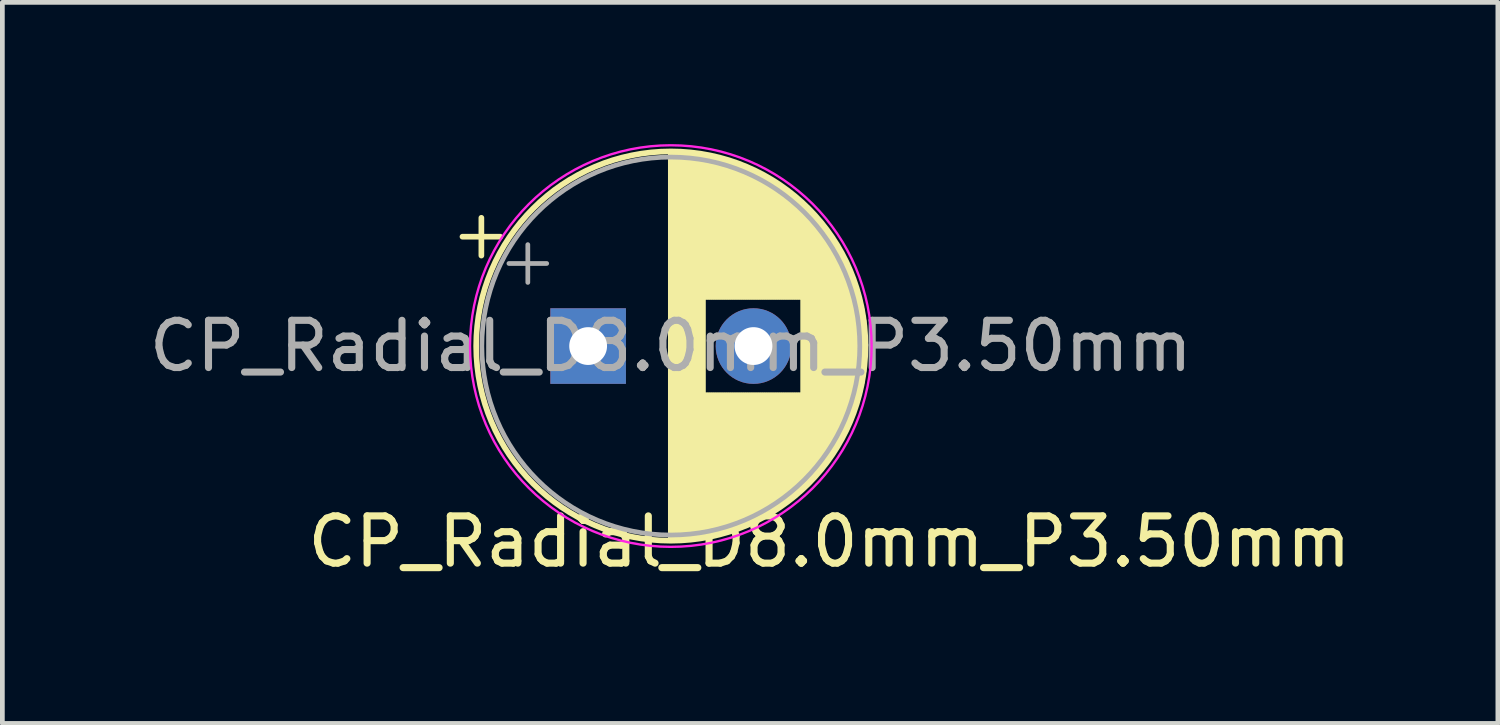
<source format=kicad_pcb>
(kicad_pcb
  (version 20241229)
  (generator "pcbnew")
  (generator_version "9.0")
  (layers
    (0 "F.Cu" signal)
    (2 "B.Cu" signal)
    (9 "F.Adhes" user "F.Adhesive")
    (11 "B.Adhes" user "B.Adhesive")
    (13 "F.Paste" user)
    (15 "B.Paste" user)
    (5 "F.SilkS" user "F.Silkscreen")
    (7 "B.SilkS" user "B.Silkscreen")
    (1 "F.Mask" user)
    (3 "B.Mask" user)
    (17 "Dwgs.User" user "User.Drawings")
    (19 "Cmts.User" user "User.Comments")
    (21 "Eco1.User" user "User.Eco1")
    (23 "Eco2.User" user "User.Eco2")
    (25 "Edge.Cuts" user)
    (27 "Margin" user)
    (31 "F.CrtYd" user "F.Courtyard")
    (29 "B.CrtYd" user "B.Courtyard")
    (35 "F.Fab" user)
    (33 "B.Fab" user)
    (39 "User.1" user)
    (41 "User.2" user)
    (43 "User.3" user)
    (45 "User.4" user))
  (footprint "CP_Radial_D8.0mm_P3.50mm"
    (layer "F.Cu")
    (at 9.399 4.275)
    (property "Reference" "CP_Radial_D8.0mm_P3.50mm" (at 5.107 4.14 0) (layer "F.SilkS") (effects (font (size 1 1) (thickness 0.15))))
    (attr through_hole)
    (fp_line (start -2.66 -2.315) (end -1.86 -2.315) (stroke (width 0.12) (type solid)) (layer "F.SilkS"))
    (fp_line (start -2.26 -2.715) (end -2.26 -1.915) (stroke (width 0.12) (type solid)) (layer "F.SilkS"))
    (fp_line (start 1.75 -4.08) (end 1.75 4.08) (stroke (width 0.12) (type solid)) (layer "F.SilkS"))
    (fp_line (start 1.79 -4.08) (end 1.79 4.08) (stroke (width 0.12) (type solid)) (layer "F.SilkS"))
    (fp_line (start 1.83 -4.08) (end 1.83 4.08) (stroke (width 0.12) (type solid)) (layer "F.SilkS"))
    (fp_line (start 1.87 -4.079) (end 1.87 4.079) (stroke (width 0.12) (type solid)) (layer "F.SilkS"))
    (fp_line (start 1.91 -4.077) (end 1.91 4.077) (stroke (width 0.12) (type solid)) (layer "F.SilkS"))
    (fp_line (start 1.95 -4.076) (end 1.95 4.076) (stroke (width 0.12) (type solid)) (layer "F.SilkS"))
    (fp_line (start 1.99 -4.074) (end 1.99 4.074) (stroke (width 0.12) (type solid)) (layer "F.SilkS"))
    (fp_line (start 2.03 -4.071) (end 2.03 4.071) (stroke (width 0.12) (type solid)) (layer "F.SilkS"))
    (fp_line (start 2.07 -4.068) (end 2.07 4.068) (stroke (width 0.12) (type solid)) (layer "F.SilkS"))
    (fp_line (start 2.11 -4.065) (end 2.11 4.065) (stroke (width 0.12) (type solid)) (layer "F.SilkS"))
    (fp_line (start 2.15 -4.061) (end 2.15 4.061) (stroke (width 0.12) (type solid)) (layer "F.SilkS"))
    (fp_line (start 2.19 -4.057) (end 2.19 4.057) (stroke (width 0.12) (type solid)) (layer "F.SilkS"))
    (fp_line (start 2.23 -4.052) (end 2.23 4.052) (stroke (width 0.12) (type solid)) (layer "F.SilkS"))
    (fp_line (start 2.27 -4.048) (end 2.27 4.048) (stroke (width 0.12) (type solid)) (layer "F.SilkS"))
    (fp_line (start 2.31 -4.042) (end 2.31 4.042) (stroke (width 0.12) (type solid)) (layer "F.SilkS"))
    (fp_line (start 2.35 -4.037) (end 2.35 4.037) (stroke (width 0.12) (type solid)) (layer "F.SilkS"))
    (fp_line (start 2.39 -4.03) (end 2.39 4.03) (stroke (width 0.12) (type solid)) (layer "F.SilkS"))
    (fp_line (start 2.43 -4.024) (end 2.43 4.024) (stroke (width 0.12) (type solid)) (layer "F.SilkS"))
    (fp_line (start 2.471 -4.017) (end 2.471 -1.04) (stroke (width 0.12) (type solid)) (layer "F.SilkS"))
    (fp_line (start 2.471 1.04) (end 2.471 4.017) (stroke (width 0.12) (type solid)) (layer "F.SilkS"))
    (fp_line (start 2.511 -4.01) (end 2.511 -1.04) (stroke (width 0.12) (type solid)) (layer "F.SilkS"))
    (fp_line (start 2.511 1.04) (end 2.511 4.01) (stroke (width 0.12) (type solid)) (layer "F.SilkS"))
    (fp_line (start 2.551 -4.002) (end 2.551 -1.04) (stroke (width 0.12) (type solid)) (layer "F.SilkS"))
    (fp_line (start 2.551 1.04) (end 2.551 4.002) (stroke (width 0.12) (type solid)) (layer "F.SilkS"))
    (fp_line (start 2.591 -3.994) (end 2.591 -1.04) (stroke (width 0.12) (type solid)) (layer "F.SilkS"))
    (fp_line (start 2.591 1.04) (end 2.591 3.994) (stroke (width 0.12) (type solid)) (layer "F.SilkS"))
    (fp_line (start 2.631 -3.985) (end 2.631 -1.04) (stroke (width 0.12) (type solid)) (layer "F.SilkS"))
    (fp_line (start 2.631 1.04) (end 2.631 3.985) (stroke (width 0.12) (type solid)) (layer "F.SilkS"))
    (fp_line (start 2.671 -3.976) (end 2.671 -1.04) (stroke (width 0.12) (type solid)) (layer "F.SilkS"))
    (fp_line (start 2.671 1.04) (end 2.671 3.976) (stroke (width 0.12) (type solid)) (layer "F.SilkS"))
    (fp_line (start 2.711 -3.967) (end 2.711 -1.04) (stroke (width 0.12) (type solid)) (layer "F.SilkS"))
    (fp_line (start 2.711 1.04) (end 2.711 3.967) (stroke (width 0.12) (type solid)) (layer "F.SilkS"))
    (fp_line (start 2.751 -3.957) (end 2.751 -1.04) (stroke (width 0.12) (type solid)) (layer "F.SilkS"))
    (fp_line (start 2.751 1.04) (end 2.751 3.957) (stroke (width 0.12) (type solid)) (layer "F.SilkS"))
    (fp_line (start 2.791 -3.947) (end 2.791 -1.04) (stroke (width 0.12) (type solid)) (layer "F.SilkS"))
    (fp_line (start 2.791 1.04) (end 2.791 3.947) (stroke (width 0.12) (type solid)) (layer "F.SilkS"))
    (fp_line (start 2.831 -3.936) (end 2.831 -1.04) (stroke (width 0.12) (type solid)) (layer "F.SilkS"))
    (fp_line (start 2.831 1.04) (end 2.831 3.936) (stroke (width 0.12) (type solid)) (layer "F.SilkS"))
    (fp_line (start 2.871 -3.925) (end 2.871 -1.04) (stroke (width 0.12) (type solid)) (layer "F.SilkS"))
    (fp_line (start 2.871 1.04) (end 2.871 3.925) (stroke (width 0.12) (type solid)) (layer "F.SilkS"))
    (fp_line (start 2.911 -3.914) (end 2.911 -1.04) (stroke (width 0.12) (type solid)) (layer "F.SilkS"))
    (fp_line (start 2.911 1.04) (end 2.911 3.914) (stroke (width 0.12) (type solid)) (layer "F.SilkS"))
    (fp_line (start 2.951 -3.902) (end 2.951 -1.04) (stroke (width 0.12) (type solid)) (layer "F.SilkS"))
    (fp_line (start 2.951 1.04) (end 2.951 3.902) (stroke (width 0.12) (type solid)) (layer "F.SilkS"))
    (fp_line (start 2.991 -3.889) (end 2.991 -1.04) (stroke (width 0.12) (type solid)) (layer "F.SilkS"))
    (fp_line (start 2.991 1.04) (end 2.991 3.889) (stroke (width 0.12) (type solid)) (layer "F.SilkS"))
    (fp_line (start 3.031 -3.877) (end 3.031 -1.04) (stroke (width 0.12) (type solid)) (layer "F.SilkS"))
    (fp_line (start 3.031 1.04) (end 3.031 3.877) (stroke (width 0.12) (type solid)) (layer "F.SilkS"))
    (fp_line (start 3.071 -3.863) (end 3.071 -1.04) (stroke (width 0.12) (type solid)) (layer "F.SilkS"))
    (fp_line (start 3.071 1.04) (end 3.071 3.863) (stroke (width 0.12) (type solid)) (layer "F.SilkS"))
    (fp_line (start 3.111 -3.85) (end 3.111 -1.04) (stroke (width 0.12) (type solid)) (layer "F.SilkS"))
    (fp_line (start 3.111 1.04) (end 3.111 3.85) (stroke (width 0.12) (type solid)) (layer "F.SilkS"))
    (fp_line (start 3.151 -3.835) (end 3.151 -1.04) (stroke (width 0.12) (type solid)) (layer "F.SilkS"))
    (fp_line (start 3.151 1.04) (end 3.151 3.835) (stroke (width 0.12) (type solid)) (layer "F.SilkS"))
    (fp_line (start 3.191 -3.821) (end 3.191 -1.04) (stroke (width 0.12) (type solid)) (layer "F.SilkS"))
    (fp_line (start 3.191 1.04) (end 3.191 3.821) (stroke (width 0.12) (type solid)) (layer "F.SilkS"))
    (fp_line (start 3.231 -3.805) (end 3.231 -1.04) (stroke (width 0.12) (type solid)) (layer "F.SilkS"))
    (fp_line (start 3.231 1.04) (end 3.231 3.805) (stroke (width 0.12) (type solid)) (layer "F.SilkS"))
    (fp_line (start 3.271 -3.79) (end 3.271 -1.04) (stroke (width 0.12) (type solid)) (layer "F.SilkS"))
    (fp_line (start 3.271 1.04) (end 3.271 3.79) (stroke (width 0.12) (type solid)) (layer "F.SilkS"))
    (fp_line (start 3.311 -3.774) (end 3.311 -1.04) (stroke (width 0.12) (type solid)) (layer "F.SilkS"))
    (fp_line (start 3.311 1.04) (end 3.311 3.774) (stroke (width 0.12) (type solid)) (layer "F.SilkS"))
    (fp_line (start 3.351 -3.757) (end 3.351 -1.04) (stroke (width 0.12) (type solid)) (layer "F.SilkS"))
    (fp_line (start 3.351 1.04) (end 3.351 3.757) (stroke (width 0.12) (type solid)) (layer "F.SilkS"))
    (fp_line (start 3.391 -3.74) (end 3.391 -1.04) (stroke (width 0.12) (type solid)) (layer "F.SilkS"))
    (fp_line (start 3.391 1.04) (end 3.391 3.74) (stroke (width 0.12) (type solid)) (layer "F.SilkS"))
    (fp_line (start 3.431 -3.722) (end 3.431 -1.04) (stroke (width 0.12) (type solid)) (layer "F.SilkS"))
    (fp_line (start 3.431 1.04) (end 3.431 3.722) (stroke (width 0.12) (type solid)) (layer "F.SilkS"))
    (fp_line (start 3.471 -3.704) (end 3.471 -1.04) (stroke (width 0.12) (type solid)) (layer "F.SilkS"))
    (fp_line (start 3.471 1.04) (end 3.471 3.704) (stroke (width 0.12) (type solid)) (layer "F.SilkS"))
    (fp_line (start 3.511 -3.686) (end 3.511 -1.04) (stroke (width 0.12) (type solid)) (layer "F.SilkS"))
    (fp_line (start 3.511 1.04) (end 3.511 3.686) (stroke (width 0.12) (type solid)) (layer "F.SilkS"))
    (fp_line (start 3.551 -3.666) (end 3.551 -1.04) (stroke (width 0.12) (type solid)) (layer "F.SilkS"))
    (fp_line (start 3.551 1.04) (end 3.551 3.666) (stroke (width 0.12) (type solid)) (layer "F.SilkS"))
    (fp_line (start 3.591 -3.647) (end 3.591 -1.04) (stroke (width 0.12) (type solid)) (layer "F.SilkS"))
    (fp_line (start 3.591 1.04) (end 3.591 3.647) (stroke (width 0.12) (type solid)) (layer "F.SilkS"))
    (fp_line (start 3.631 -3.627) (end 3.631 -1.04) (stroke (width 0.12) (type solid)) (layer "F.SilkS"))
    (fp_line (start 3.631 1.04) (end 3.631 3.627) (stroke (width 0.12) (type solid)) (layer "F.SilkS"))
    (fp_line (start 3.671 -3.606) (end 3.671 -1.04) (stroke (width 0.12) (type solid)) (layer "F.SilkS"))
    (fp_line (start 3.671 1.04) (end 3.671 3.606) (stroke (width 0.12) (type solid)) (layer "F.SilkS"))
    (fp_line (start 3.711 -3.584) (end 3.711 -1.04) (stroke (width 0.12) (type solid)) (layer "F.SilkS"))
    (fp_line (start 3.711 1.04) (end 3.711 3.584) (stroke (width 0.12) (type solid)) (layer "F.SilkS"))
    (fp_line (start 3.751 -3.562) (end 3.751 -1.04) (stroke (width 0.12) (type solid)) (layer "F.SilkS"))
    (fp_line (start 3.751 1.04) (end 3.751 3.562) (stroke (width 0.12) (type solid)) (layer "F.SilkS"))
    (fp_line (start 3.791 -3.54) (end 3.791 -1.04) (stroke (width 0.12) (type solid)) (layer "F.SilkS"))
    (fp_line (start 3.791 1.04) (end 3.791 3.54) (stroke (width 0.12) (type solid)) (layer "F.SilkS"))
    (fp_line (start 3.831 -3.517) (end 3.831 -1.04) (stroke (width 0.12) (type solid)) (layer "F.SilkS"))
    (fp_line (start 3.831 1.04) (end 3.831 3.517) (stroke (width 0.12) (type solid)) (layer "F.SilkS"))
    (fp_line (start 3.871 -3.493) (end 3.871 -1.04) (stroke (width 0.12) (type solid)) (layer "F.SilkS"))
    (fp_line (start 3.871 1.04) (end 3.871 3.493) (stroke (width 0.12) (type solid)) (layer "F.SilkS"))
    (fp_line (start 3.911 -3.469) (end 3.911 -1.04) (stroke (width 0.12) (type solid)) (layer "F.SilkS"))
    (fp_line (start 3.911 1.04) (end 3.911 3.469) (stroke (width 0.12) (type solid)) (layer "F.SilkS"))
    (fp_line (start 3.951 -3.444) (end 3.951 -1.04) (stroke (width 0.12) (type solid)) (layer "F.SilkS"))
    (fp_line (start 3.951 1.04) (end 3.951 3.444) (stroke (width 0.12) (type solid)) (layer "F.SilkS"))
    (fp_line (start 3.991 -3.418) (end 3.991 -1.04) (stroke (width 0.12) (type solid)) (layer "F.SilkS"))
    (fp_line (start 3.991 1.04) (end 3.991 3.418) (stroke (width 0.12) (type solid)) (layer "F.SilkS"))
    (fp_line (start 4.031 -3.392) (end 4.031 -1.04) (stroke (width 0.12) (type solid)) (layer "F.SilkS"))
    (fp_line (start 4.031 1.04) (end 4.031 3.392) (stroke (width 0.12) (type solid)) (layer "F.SilkS"))
    (fp_line (start 4.071 -3.365) (end 4.071 -1.04) (stroke (width 0.12) (type solid)) (layer "F.SilkS"))
    (fp_line (start 4.071 1.04) (end 4.071 3.365) (stroke (width 0.12) (type solid)) (layer "F.SilkS"))
    (fp_line (start 4.111 -3.338) (end 4.111 -1.04) (stroke (width 0.12) (type solid)) (layer "F.SilkS"))
    (fp_line (start 4.111 1.04) (end 4.111 3.338) (stroke (width 0.12) (type solid)) (layer "F.SilkS"))
    (fp_line (start 4.151 -3.309) (end 4.151 -1.04) (stroke (width 0.12) (type solid)) (layer "F.SilkS"))
    (fp_line (start 4.151 1.04) (end 4.151 3.309) (stroke (width 0.12) (type solid)) (layer "F.SilkS"))
    (fp_line (start 4.191 -3.28) (end 4.191 -1.04) (stroke (width 0.12) (type solid)) (layer "F.SilkS"))
    (fp_line (start 4.191 1.04) (end 4.191 3.28) (stroke (width 0.12) (type solid)) (layer "F.SilkS"))
    (fp_line (start 4.231 -3.25) (end 4.231 -1.04) (stroke (width 0.12) (type solid)) (layer "F.SilkS"))
    (fp_line (start 4.231 1.04) (end 4.231 3.25) (stroke (width 0.12) (type solid)) (layer "F.SilkS"))
    (fp_line (start 4.271 -3.22) (end 4.271 -1.04) (stroke (width 0.12) (type solid)) (layer "F.SilkS"))
    (fp_line (start 4.271 1.04) (end 4.271 3.22) (stroke (width 0.12) (type solid)) (layer "F.SilkS"))
    (fp_line (start 4.311 -3.189) (end 4.311 -1.04) (stroke (width 0.12) (type solid)) (layer "F.SilkS"))
    (fp_line (start 4.311 1.04) (end 4.311 3.189) (stroke (width 0.12) (type solid)) (layer "F.SilkS"))
    (fp_line (start 4.351 -3.156) (end 4.351 -1.04) (stroke (width 0.12) (type solid)) (layer "F.SilkS"))
    (fp_line (start 4.351 1.04) (end 4.351 3.156) (stroke (width 0.12) (type solid)) (layer "F.SilkS"))
    (fp_line (start 4.391 -3.124) (end 4.391 -1.04) (stroke (width 0.12) (type solid)) (layer "F.SilkS"))
    (fp_line (start 4.391 1.04) (end 4.391 3.124) (stroke (width 0.12) (type solid)) (layer "F.SilkS"))
    (fp_line (start 4.431 -3.09) (end 4.431 -1.04) (stroke (width 0.12) (type solid)) (layer "F.SilkS"))
    (fp_line (start 4.431 1.04) (end 4.431 3.09) (stroke (width 0.12) (type solid)) (layer "F.SilkS"))
    (fp_line (start 4.471 -3.055) (end 4.471 -1.04) (stroke (width 0.12) (type solid)) (layer "F.SilkS"))
    (fp_line (start 4.471 1.04) (end 4.471 3.055) (stroke (width 0.12) (type solid)) (layer "F.SilkS"))
    (fp_line (start 4.511 -3.019) (end 4.511 -1.04) (stroke (width 0.12) (type solid)) (layer "F.SilkS"))
    (fp_line (start 4.511 1.04) (end 4.511 3.019) (stroke (width 0.12) (type solid)) (layer "F.SilkS"))
    (fp_line (start 4.551 -2.983) (end 4.551 2.983) (stroke (width 0.12) (type solid)) (layer "F.SilkS"))
    (fp_line (start 4.591 -2.945) (end 4.591 2.945) (stroke (width 0.12) (type solid)) (layer "F.SilkS"))
    (fp_line (start 4.631 -2.907) (end 4.631 2.907) (stroke (width 0.12) (type solid)) (layer "F.SilkS"))
    (fp_line (start 4.671 -2.867) (end 4.671 2.867) (stroke (width 0.12) (type solid)) (layer "F.SilkS"))
    (fp_line (start 4.711 -2.826) (end 4.711 2.826) (stroke (width 0.12) (type solid)) (layer "F.SilkS"))
    (fp_line (start 4.751 -2.784) (end 4.751 2.784) (stroke (width 0.12) (type solid)) (layer "F.SilkS"))
    (fp_line (start 4.791 -2.741) (end 4.791 2.741) (stroke (width 0.12) (type solid)) (layer "F.SilkS"))
    (fp_line (start 4.831 -2.697) (end 4.831 2.697) (stroke (width 0.12) (type solid)) (layer "F.SilkS"))
    (fp_line (start 4.871 -2.651) (end 4.871 2.651) (stroke (width 0.12) (type solid)) (layer "F.SilkS"))
    (fp_line (start 4.911 -2.604) (end 4.911 2.604) (stroke (width 0.12) (type solid)) (layer "F.SilkS"))
    (fp_line (start 4.951 -2.556) (end 4.951 2.556) (stroke (width 0.12) (type solid)) (layer "F.SilkS"))
    (fp_line (start 4.991 -2.505) (end 4.991 2.505) (stroke (width 0.12) (type solid)) (layer "F.SilkS"))
    (fp_line (start 5.031 -2.454) (end 5.031 2.454) (stroke (width 0.12) (type solid)) (layer "F.SilkS"))
    (fp_line (start 5.071 -2.4) (end 5.071 2.4) (stroke (width 0.12) (type solid)) (layer "F.SilkS"))
    (fp_line (start 5.111 -2.345) (end 5.111 2.345) (stroke (width 0.12) (type solid)) (layer "F.SilkS"))
    (fp_line (start 5.151 -2.287) (end 5.151 2.287) (stroke (width 0.12) (type solid)) (layer "F.SilkS"))
    (fp_line (start 5.191 -2.228) (end 5.191 2.228) (stroke (width 0.12) (type solid)) (layer "F.SilkS"))
    (fp_line (start 5.231 -2.166) (end 5.231 2.166) (stroke (width 0.12) (type solid)) (layer "F.SilkS"))
    (fp_line (start 5.271 -2.102) (end 5.271 2.102) (stroke (width 0.12) (type solid)) (layer "F.SilkS"))
    (fp_line (start 5.311 -2.034) (end 5.311 2.034) (stroke (width 0.12) (type solid)) (layer "F.SilkS"))
    (fp_line (start 5.351 -1.964) (end 5.351 1.964) (stroke (width 0.12) (type solid)) (layer "F.SilkS"))
    (fp_line (start 5.391 -1.89) (end 5.391 1.89) (stroke (width 0.12) (type solid)) (layer "F.SilkS"))
    (fp_line (start 5.431 -1.813) (end 5.431 1.813) (stroke (width 0.12) (type solid)) (layer "F.SilkS"))
    (fp_line (start 5.471 -1.731) (end 5.471 1.731) (stroke (width 0.12) (type solid)) (layer "F.SilkS"))
    (fp_line (start 5.511 -1.645) (end 5.511 1.645) (stroke (width 0.12) (type solid)) (layer "F.SilkS"))
    (fp_line (start 5.551 -1.552) (end 5.551 1.552) (stroke (width 0.12) (type solid)) (layer "F.SilkS"))
    (fp_line (start 5.591 -1.453) (end 5.591 1.453) (stroke (width 0.12) (type solid)) (layer "F.SilkS"))
    (fp_line (start 5.631 -1.346) (end 5.631 1.346) (stroke (width 0.12) (type solid)) (layer "F.SilkS"))
    (fp_line (start 5.671 -1.229) (end 5.671 1.229) (stroke (width 0.12) (type solid)) (layer "F.SilkS"))
    (fp_line (start 5.711 -1.098) (end 5.711 1.098) (stroke (width 0.12) (type solid)) (layer "F.SilkS"))
    (fp_line (start 5.751 -0.948) (end 5.751 0.948) (stroke (width 0.12) (type solid)) (layer "F.SilkS"))
    (fp_line (start 5.791 -0.768) (end 5.791 0.768) (stroke (width 0.12) (type solid)) (layer "F.SilkS"))
    (fp_line (start 5.831 -0.533) (end 5.831 0.533) (stroke (width 0.12) (type solid)) (layer "F.SilkS"))
    (fp_circle (center 1.75 0) (end 5.87 0) (stroke (width 0.12) (type solid)) (fill no) (layer "F.SilkS"))
    (fp_circle (center 1.75 0) (end 6 0) (stroke (width 0.05) (type solid)) (fill no) (layer "F.CrtYd"))
    (fp_line (start -1.677 -1.748) (end -0.877 -1.748) (stroke (width 0.1) (type solid)) (layer "F.Fab"))
    (fp_line (start -1.277 -2.147) (end -1.277 -1.347) (stroke (width 0.1) (type solid)) (layer "F.Fab"))
    (fp_circle (center 1.75 0) (end 5.75 0) (stroke (width 0.1) (type solid)) (fill no) (layer "F.Fab"))
    (fp_text user "${REFERENCE}" (at 1.75 0 0) (layer "F.Fab") (effects (font (size 1 1) (thickness 0.15))))
    (pad "1" thru_hole rect (at 0 0) (size 1.6 1.6) (drill 0.8) (layers "*.Cu" "*.Mask"))
    (pad "2" thru_hole circle (at 3.5 0) (size 1.6 1.6) (drill 0.8) (layers "*.Cu" "*.Mask")))
  (gr_rect
    (start -3 -3)
    (end 28.655 12.263)
    (stroke (width 0.1) (type default))
    (fill no)
    (layer "Edge.Cuts")))
</source>
